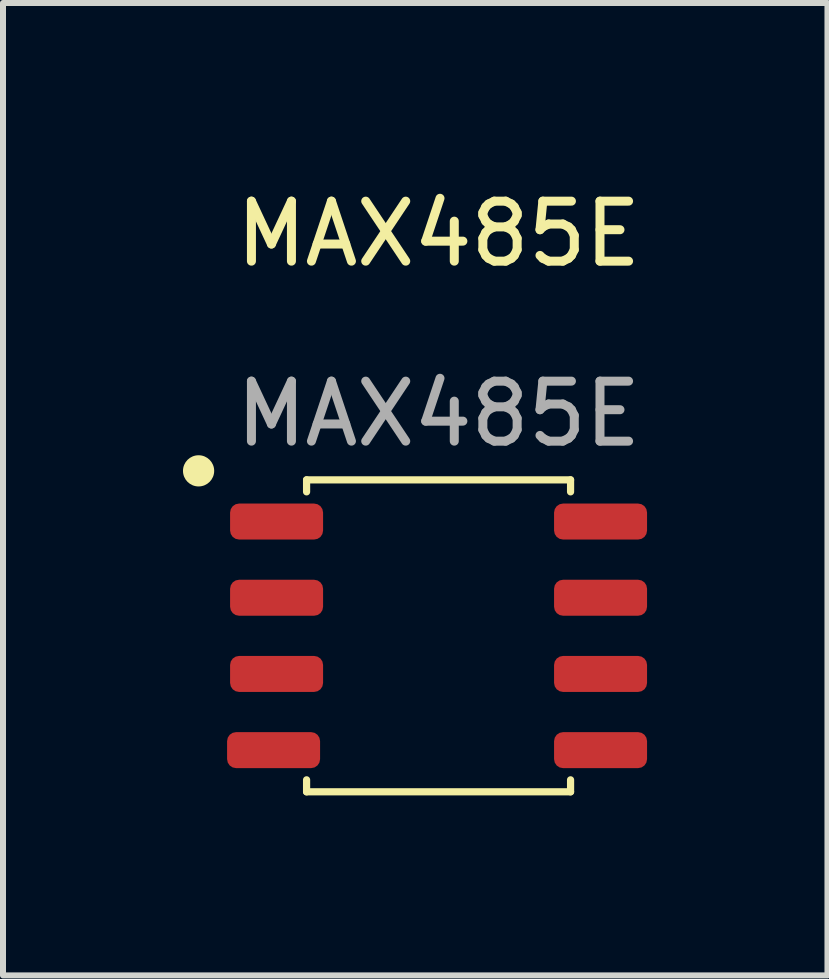
<source format=kicad_pcb>
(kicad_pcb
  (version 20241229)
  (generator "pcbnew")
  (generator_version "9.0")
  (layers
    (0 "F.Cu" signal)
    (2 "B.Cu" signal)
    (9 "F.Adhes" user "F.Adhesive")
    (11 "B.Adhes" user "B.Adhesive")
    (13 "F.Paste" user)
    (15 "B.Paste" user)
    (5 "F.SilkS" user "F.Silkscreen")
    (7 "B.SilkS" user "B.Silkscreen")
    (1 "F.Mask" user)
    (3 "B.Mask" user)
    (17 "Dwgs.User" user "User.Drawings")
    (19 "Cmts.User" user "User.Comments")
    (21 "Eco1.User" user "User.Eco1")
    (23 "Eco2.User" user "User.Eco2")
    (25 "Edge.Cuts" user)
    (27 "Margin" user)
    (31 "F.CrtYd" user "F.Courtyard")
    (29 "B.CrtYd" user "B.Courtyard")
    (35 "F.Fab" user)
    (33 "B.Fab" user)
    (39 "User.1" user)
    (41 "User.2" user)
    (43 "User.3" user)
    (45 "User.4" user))
  (footprint "MAX485E"
    (layer "F.Cu")
    (at 4.26 7.548)
    (property "Reference" "MAX485E" (at 0 -6.7 0) (unlocked yes) (layer "F.SilkS") (effects (font (size 1 1) (thickness 0.15))))
    (attr smd)
    (fp_line (start -2.2 -2.6) (end 2.2 -2.6) (stroke (width 0.12) (type solid)) (layer "F.SilkS"))
    (fp_line (start -2.2 -2.4) (end -2.2 -2.6) (stroke (width 0.12) (type solid)) (layer "F.SilkS"))
    (fp_line (start -2.2 2.6) (end -2.2 2.4) (stroke (width 0.12) (type solid)) (layer "F.SilkS"))
    (fp_line (start 2.2 -2.6) (end 2.2 -2.4) (stroke (width 0.12) (type solid)) (layer "F.SilkS"))
    (fp_line (start 2.2 2.4) (end 2.2 2.6) (stroke (width 0.12) (type solid)) (layer "F.SilkS"))
    (fp_line (start 2.2 2.6) (end -2.2 2.6) (stroke (width 0.12) (type solid)) (layer "F.SilkS"))
    (fp_circle (center -4 -2.75) (end -3.8 -2.75) (stroke (width 0.12) (type solid)) (fill yes) (layer "F.SilkS"))
    (fp_text user "${REFERENCE}" (at 0 -3.7 0) (unlocked yes) (layer "F.Fab") (effects (font (size 1 1) (thickness 0.15))))
    (pad "1" smd roundrect (at -2.7 -1.905) (size 1.55 0.6) (layers "F.Cu" "F.Mask" "F.Paste") (roundrect_rratio 0.25))
    (pad "2" smd roundrect (at -2.7 -0.635) (size 1.55 0.6) (layers "F.Cu" "F.Mask" "F.Paste") (roundrect_rratio 0.25))
    (pad "3" smd roundrect (at -2.7 0.635) (size 1.55 0.6) (layers "F.Cu" "F.Mask" "F.Paste") (roundrect_rratio 0.25))
    (pad "4" smd roundrect (at -2.75 1.905) (size 1.55 0.6) (layers "F.Cu" "F.Mask" "F.Paste") (roundrect_rratio 0.25))
    (pad "5" smd roundrect (at 2.7 1.905) (size 1.55 0.6) (layers "F.Cu" "F.Mask" "F.Paste") (roundrect_rratio 0.25))
    (pad "6" smd roundrect (at 2.7 0.635) (size 1.55 0.6) (layers "F.Cu" "F.Mask" "F.Paste") (roundrect_rratio 0.25))
    (pad "7" smd roundrect (at 2.7 -0.635) (size 1.55 0.6) (layers "F.Cu" "F.Mask" "F.Paste") (roundrect_rratio 0.25))
    (pad "8" smd roundrect (at 2.7 -1.905) (size 1.55 0.6) (layers "F.Cu" "F.Mask" "F.Paste") (roundrect_rratio 0.25)))
  (gr_rect
    (start -3 -3)
    (end 10.742 13.208)
    (stroke (width 0.1) (type default))
    (fill no)
    (layer "Edge.Cuts")))
</source>
